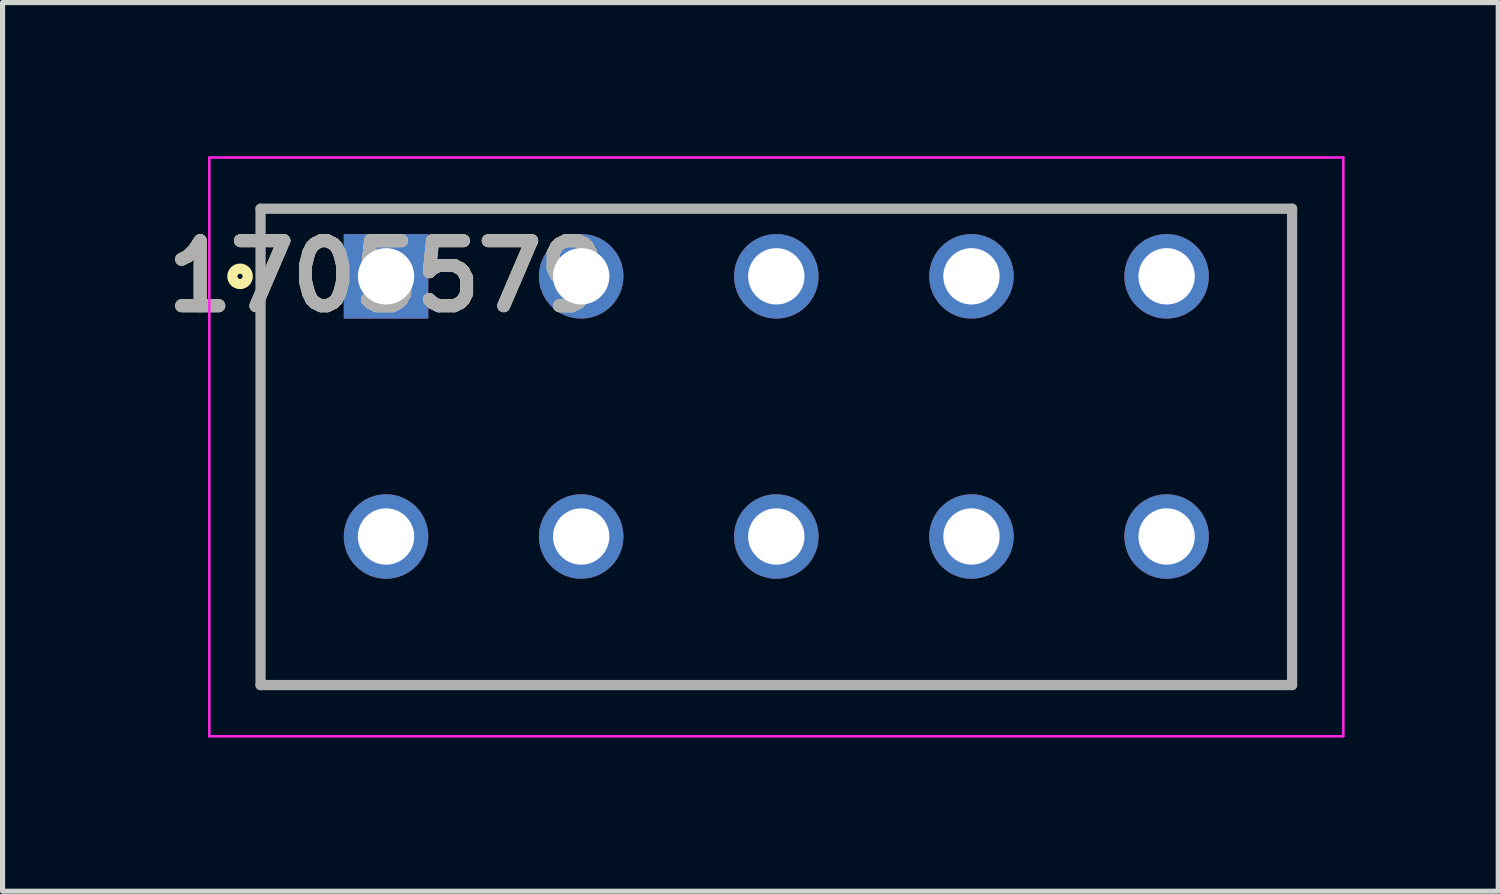
<source format=kicad_pcb>
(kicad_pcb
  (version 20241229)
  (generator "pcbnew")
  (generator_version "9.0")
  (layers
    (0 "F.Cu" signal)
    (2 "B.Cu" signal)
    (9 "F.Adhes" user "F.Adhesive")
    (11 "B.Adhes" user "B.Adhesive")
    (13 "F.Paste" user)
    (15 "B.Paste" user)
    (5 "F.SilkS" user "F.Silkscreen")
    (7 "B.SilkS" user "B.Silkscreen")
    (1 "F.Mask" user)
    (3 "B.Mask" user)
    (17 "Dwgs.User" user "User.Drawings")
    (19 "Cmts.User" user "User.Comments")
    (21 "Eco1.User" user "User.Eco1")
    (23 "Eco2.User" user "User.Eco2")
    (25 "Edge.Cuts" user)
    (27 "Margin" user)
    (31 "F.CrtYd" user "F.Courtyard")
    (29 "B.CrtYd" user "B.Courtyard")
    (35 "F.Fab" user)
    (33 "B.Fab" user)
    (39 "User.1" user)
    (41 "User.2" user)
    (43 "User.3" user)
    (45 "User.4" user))
  (footprint "1705579"
    (layer "F.Cu")
    (at 4.487 2.345)
    (property "Reference" "1705579" (at 0 0 0) (layer "F.SilkS") (effects (font (size 1.27 1.27) (thickness 0.254))))
    (attr through_hole)
    (fp_line (start -2.45 -1.32) (end 17.69 -1.32) (stroke (width 0.1) (type solid)) (layer "F.SilkS"))
    (fp_line (start -2.45 7.98) (end -2.45 -1.32) (stroke (width 0.1) (type solid)) (layer "F.SilkS"))
    (fp_line (start 17.69 -1.32) (end 17.69 7.98) (stroke (width 0.1) (type solid)) (layer "F.SilkS"))
    (fp_line (start 17.69 7.98) (end -2.45 7.98) (stroke (width 0.1) (type solid)) (layer "F.SilkS"))
    (fp_circle (center -2.85 0) (end -2.85 0.05) (stroke (width 0.2) (type solid)) (fill no) (layer "F.SilkS"))
    (fp_line (start -3.45 -2.32) (end 18.69 -2.32) (stroke (width 0.05) (type solid)) (layer "F.CrtYd"))
    (fp_line (start -3.45 8.98) (end -3.45 -2.32) (stroke (width 0.05) (type solid)) (layer "F.CrtYd"))
    (fp_line (start 18.69 -2.32) (end 18.69 8.98) (stroke (width 0.05) (type solid)) (layer "F.CrtYd"))
    (fp_line (start 18.69 8.98) (end -3.45 8.98) (stroke (width 0.05) (type solid)) (layer "F.CrtYd"))
    (fp_line (start -2.45 -1.32) (end 17.69 -1.32) (stroke (width 0.2) (type solid)) (layer "F.Fab"))
    (fp_line (start -2.45 7.98) (end -2.45 -1.32) (stroke (width 0.2) (type solid)) (layer "F.Fab"))
    (fp_line (start 17.69 -1.32) (end 17.69 7.98) (stroke (width 0.2) (type solid)) (layer "F.Fab"))
    (fp_line (start 17.69 7.98) (end -2.45 7.98) (stroke (width 0.2) (type solid)) (layer "F.Fab"))
    (fp_text user "${REFERENCE}" (at 0 0 0) (layer "F.Fab") (effects (font (size 1.27 1.27) (thickness 0.254))))
    (pad "1" thru_hole rect (at 0 0) (size 1.65 1.65) (drill 1.1) (layers "*.Cu" "*.Mask"))
    (pad "2" thru_hole circle (at 0 5.08) (size 1.65 1.65) (drill 1.1) (layers "*.Cu" "*.Mask"))
    (pad "3" thru_hole circle (at 3.81 0) (size 1.65 1.65) (drill 1.1) (layers "*.Cu" "*.Mask"))
    (pad "4" thru_hole circle (at 3.81 5.08) (size 1.65 1.65) (drill 1.1) (layers "*.Cu" "*.Mask"))
    (pad "5" thru_hole circle (at 7.62 0) (size 1.65 1.65) (drill 1.1) (layers "*.Cu" "*.Mask"))
    (pad "6" thru_hole circle (at 7.62 5.08) (size 1.65 1.65) (drill 1.1) (layers "*.Cu" "*.Mask"))
    (pad "7" thru_hole circle (at 11.43 0) (size 1.65 1.65) (drill 1.1) (layers "*.Cu" "*.Mask"))
    (pad "8" thru_hole circle (at 11.43 5.08) (size 1.65 1.65) (drill 1.1) (layers "*.Cu" "*.Mask"))
    (pad "9" thru_hole circle (at 15.24 0) (size 1.65 1.65) (drill 1.1) (layers "*.Cu" "*.Mask"))
    (pad "10" thru_hole circle (at 15.24 5.08) (size 1.65 1.65) (drill 1.1) (layers "*.Cu" "*.Mask")))
  (gr_rect
    (start -3 -3)
    (end 26.202 14.35)
    (stroke (width 0.1) (type default))
    (fill no)
    (layer "Edge.Cuts")))
</source>
